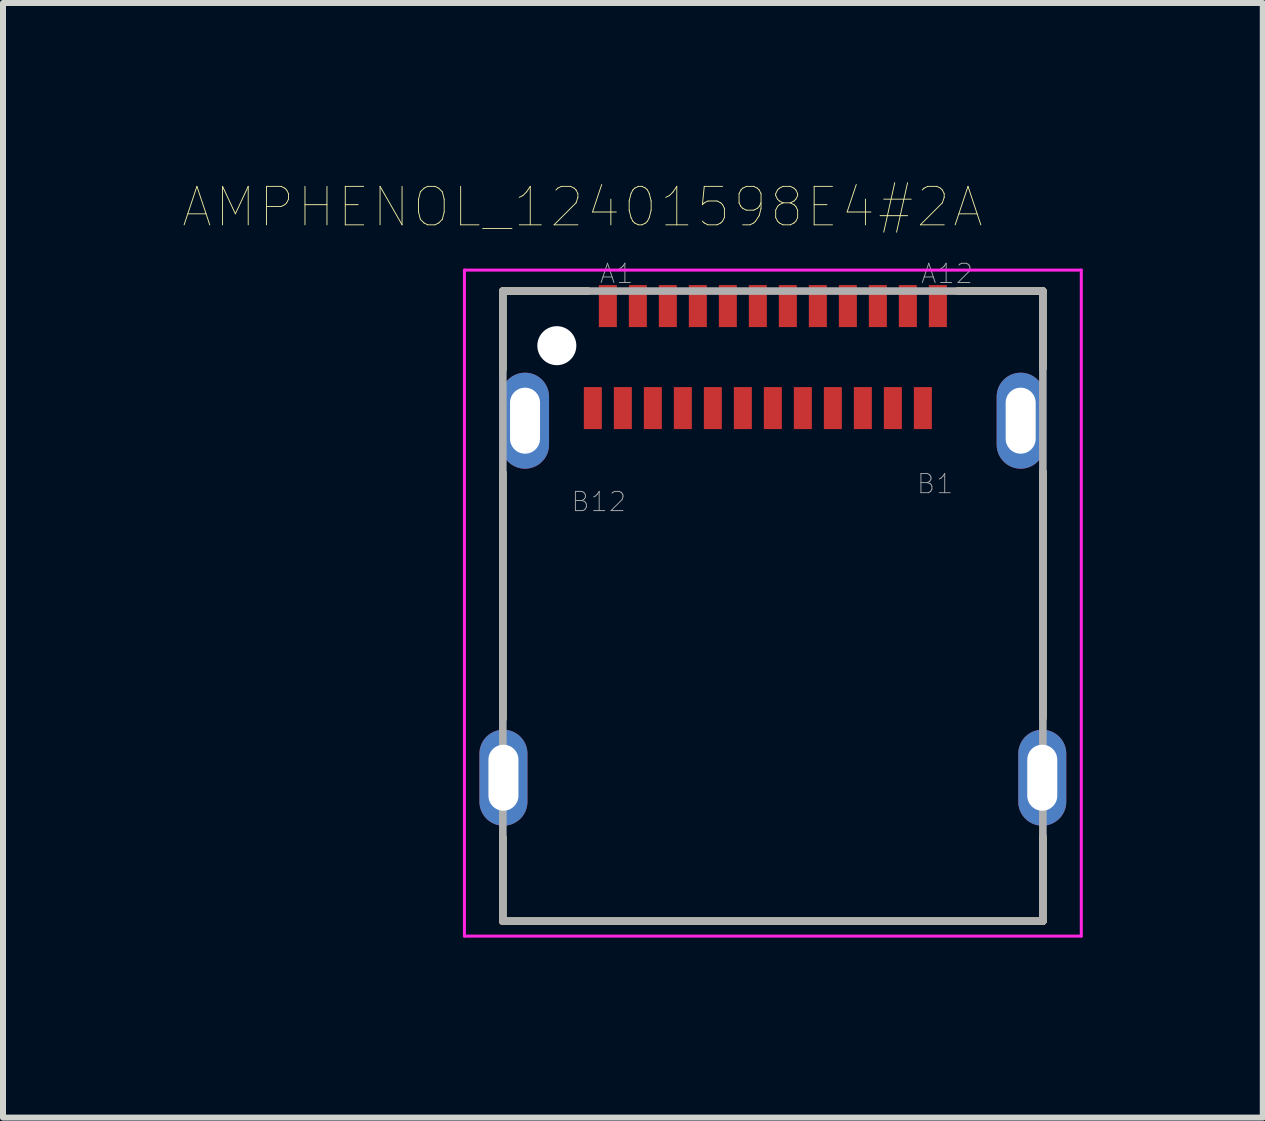
<source format=kicad_pcb>
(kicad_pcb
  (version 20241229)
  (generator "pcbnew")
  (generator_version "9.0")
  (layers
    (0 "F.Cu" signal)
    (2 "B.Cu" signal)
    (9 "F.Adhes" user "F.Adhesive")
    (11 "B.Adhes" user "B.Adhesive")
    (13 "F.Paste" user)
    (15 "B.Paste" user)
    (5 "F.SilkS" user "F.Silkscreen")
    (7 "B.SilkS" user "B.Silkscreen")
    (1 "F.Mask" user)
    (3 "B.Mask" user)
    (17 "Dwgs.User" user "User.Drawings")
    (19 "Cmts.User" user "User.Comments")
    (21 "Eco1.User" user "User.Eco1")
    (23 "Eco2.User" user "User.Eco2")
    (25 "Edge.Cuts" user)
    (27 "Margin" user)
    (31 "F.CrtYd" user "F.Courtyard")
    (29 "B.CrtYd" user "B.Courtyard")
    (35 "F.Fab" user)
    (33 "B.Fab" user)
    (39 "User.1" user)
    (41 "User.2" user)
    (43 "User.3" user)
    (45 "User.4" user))
  (footprint "AMPHENOL_12401598E4#2A"
    (layer "F.Cu")
    (at 9.83 2.711)
    (property "Reference" "AMPHENOL_12401598E4#2A" (at -3.173 -2.31 0) (layer "F.SilkS") (effects (font (size 0.641 0.641) (thickness 0.015))))
    (attr through_hole)
    (fp_line (start -4.5 -0.91) (end -4.5 0.4) (stroke (width 0.127) (type solid)) (layer "F.SilkS"))
    (fp_line (start -4.5 2.12) (end -4.5 6.22) (stroke (width 0.127) (type solid)) (layer "F.SilkS"))
    (fp_line (start -4.5 8.19) (end -4.5 9.59) (stroke (width 0.127) (type solid)) (layer "F.SilkS"))
    (fp_line (start -4.5 9.59) (end 4.5 9.59) (stroke (width 0.127) (type solid)) (layer "F.SilkS"))
    (fp_line (start -3.08 -0.91) (end -4.5 -0.91) (stroke (width 0.127) (type solid)) (layer "F.SilkS"))
    (fp_line (start 4.5 -0.91) (end 3.08 -0.91) (stroke (width 0.127) (type solid)) (layer "F.SilkS"))
    (fp_line (start 4.5 0.38) (end 4.5 -0.91) (stroke (width 0.127) (type solid)) (layer "F.SilkS"))
    (fp_line (start 4.5 6.21) (end 4.5 2.1) (stroke (width 0.127) (type solid)) (layer "F.SilkS"))
    (fp_line (start 4.5 9.59) (end 4.5 8.18) (stroke (width 0.127) (type solid)) (layer "F.SilkS"))
    (fp_line (start 3.45 -0.325) (end 3.75 -0.325) (stroke (width 0.0001) (type solid)) (layer "Edge.Cuts"))
    (fp_line (start 3.75 0.325) (end 3.45 0.325) (stroke (width 0.0001) (type solid)) (layer "Edge.Cuts"))
    (fp_arc (start 3.45 0.325) (mid 3.125 0) (end 3.45 -0.325) (stroke (width 0.0001) (type solid)) (layer "Edge.Cuts"))
    (fp_arc (start 3.75 -0.325) (mid 4.075 0) (end 3.75 0.325) (stroke (width 0.0001) (type solid)) (layer "Edge.Cuts"))
    (fp_line (start -5.14 -1.26) (end 5.14 -1.26) (stroke (width 0.05) (type solid)) (layer "F.CrtYd"))
    (fp_line (start -5.14 9.84) (end -5.14 -1.26) (stroke (width 0.05) (type solid)) (layer "F.CrtYd"))
    (fp_line (start 5.14 -1.26) (end 5.14 9.84) (stroke (width 0.05) (type solid)) (layer "F.CrtYd"))
    (fp_line (start 5.14 9.84) (end -5.14 9.84) (stroke (width 0.05) (type solid)) (layer "F.CrtYd"))
    (fp_line (start -4.5 -0.91) (end 4.5 -0.91) (stroke (width 0.127) (type solid)) (layer "F.Fab"))
    (fp_line (start -4.5 9.59) (end -4.5 -0.91) (stroke (width 0.127) (type solid)) (layer "F.Fab"))
    (fp_line (start 4.5 -0.91) (end 4.5 9.59) (stroke (width 0.127) (type solid)) (layer "F.Fab"))
    (fp_line (start 4.5 9.59) (end -4.5 9.59) (stroke (width 0.127) (type solid)) (layer "F.Fab"))
    (fp_text user "A12" (at 2.903 -1.201 0) (layer "F.Fab") (effects (font (size 0.32 0.32) (thickness 0.015))))
    (fp_text user "A1" (at -2.603 -1.201 0) (layer "F.Fab") (effects (font (size 0.32 0.32) (thickness 0.015))))
    (fp_text user "B12" (at -2.902 2.601 0) (layer "F.Fab") (effects (font (size 0.32 0.32) (thickness 0.015))))
    (fp_text user "B1" (at 2.704 2.303 0) (layer "F.Fab") (effects (font (size 0.32 0.32) (thickness 0.015))))
    (pad "" np_thru_hole circle (at -3.6 0) (size 0.65 0.65) (drill 0.65) (layers "*.Cu" "*.Mask"))
    (pad "A1" smd rect (at -2.75 -0.66) (size 0.3 0.7) (layers "F.Cu" "F.Mask" "F.Paste"))
    (pad "A2" smd rect (at -2.25 -0.66) (size 0.3 0.7) (layers "F.Cu" "F.Mask" "F.Paste"))
    (pad "A3" smd rect (at -1.75 -0.66) (size 0.3 0.7) (layers "F.Cu" "F.Mask" "F.Paste"))
    (pad "A4" smd rect (at -1.25 -0.66) (size 0.3 0.7) (layers "F.Cu" "F.Mask" "F.Paste"))
    (pad "A5" smd rect (at -0.75 -0.66) (size 0.3 0.7) (layers "F.Cu" "F.Mask" "F.Paste"))
    (pad "A6" smd rect (at -0.25 -0.66) (size 0.3 0.7) (layers "F.Cu" "F.Mask" "F.Paste"))
    (pad "A7" smd rect (at 0.25 -0.66) (size 0.3 0.7) (layers "F.Cu" "F.Mask" "F.Paste"))
    (pad "A8" smd rect (at 0.75 -0.66) (size 0.3 0.7) (layers "F.Cu" "F.Mask" "F.Paste"))
    (pad "A9" smd rect (at 1.25 -0.66) (size 0.3 0.7) (layers "F.Cu" "F.Mask" "F.Paste"))
    (pad "A10" smd rect (at 1.75 -0.66) (size 0.3 0.7) (layers "F.Cu" "F.Mask" "F.Paste"))
    (pad "A11" smd rect (at 2.25 -0.66) (size 0.3 0.7) (layers "F.Cu" "F.Mask" "F.Paste"))
    (pad "A12" smd rect (at 2.75 -0.66) (size 0.3 0.7) (layers "F.Cu" "F.Mask" "F.Paste"))
    (pad "B1" smd rect (at 2.5 1.04) (size 0.3 0.7) (layers "F.Cu" "F.Mask" "F.Paste"))
    (pad "B2" smd rect (at 2 1.04) (size 0.3 0.7) (layers "F.Cu" "F.Mask" "F.Paste"))
    (pad "B3" smd rect (at 1.5 1.04) (size 0.3 0.7) (layers "F.Cu" "F.Mask" "F.Paste"))
    (pad "B4" smd rect (at 1 1.04) (size 0.3 0.7) (layers "F.Cu" "F.Mask" "F.Paste"))
    (pad "B5" smd rect (at 0.5 1.04) (size 0.3 0.7) (layers "F.Cu" "F.Mask" "F.Paste"))
    (pad "B6" smd rect (at 0 1.04) (size 0.3 0.7) (layers "F.Cu" "F.Mask" "F.Paste"))
    (pad "B7" smd rect (at -0.5 1.04) (size 0.3 0.7) (layers "F.Cu" "F.Mask" "F.Paste"))
    (pad "B8" smd rect (at -1 1.04) (size 0.3 0.7) (layers "F.Cu" "F.Mask" "F.Paste"))
    (pad "B9" smd rect (at -1.5 1.04) (size 0.3 0.7) (layers "F.Cu" "F.Mask" "F.Paste"))
    (pad "B10" smd rect (at -2 1.04) (size 0.3 0.7) (layers "F.Cu" "F.Mask" "F.Paste"))
    (pad "B11" smd rect (at -2.5 1.04) (size 0.3 0.7) (layers "F.Cu" "F.Mask" "F.Paste"))
    (pad "B12" smd rect (at -3 1.04) (size 0.3 0.7) (layers "F.Cu" "F.Mask" "F.Paste"))
    (pad "S1" thru_hole oval (at -4.49 7.2) (size 0.8 1.6) (drill oval 0.5 1.1) (layers "*.Cu" "*.Mask"))
    (pad "S1" thru_hole oval (at -4.13 1.25) (size 0.8 1.6) (drill oval 0.5 1.1) (layers "*.Cu" "*.Mask"))
    (pad "S1" thru_hole oval (at 4.13 1.25) (size 0.8 1.6) (drill oval 0.5 1.1) (layers "*.Cu" "*.Mask"))
    (pad "S1" thru_hole oval (at 4.49 7.2) (size 0.8 1.6) (drill oval 0.5 1.1) (layers "*.Cu" "*.Mask")))
  (gr_rect
    (start -3 -3)
    (end 17.995 15.576)
    (stroke (width 0.1) (type default))
    (fill no)
    (layer "Edge.Cuts")))
</source>
